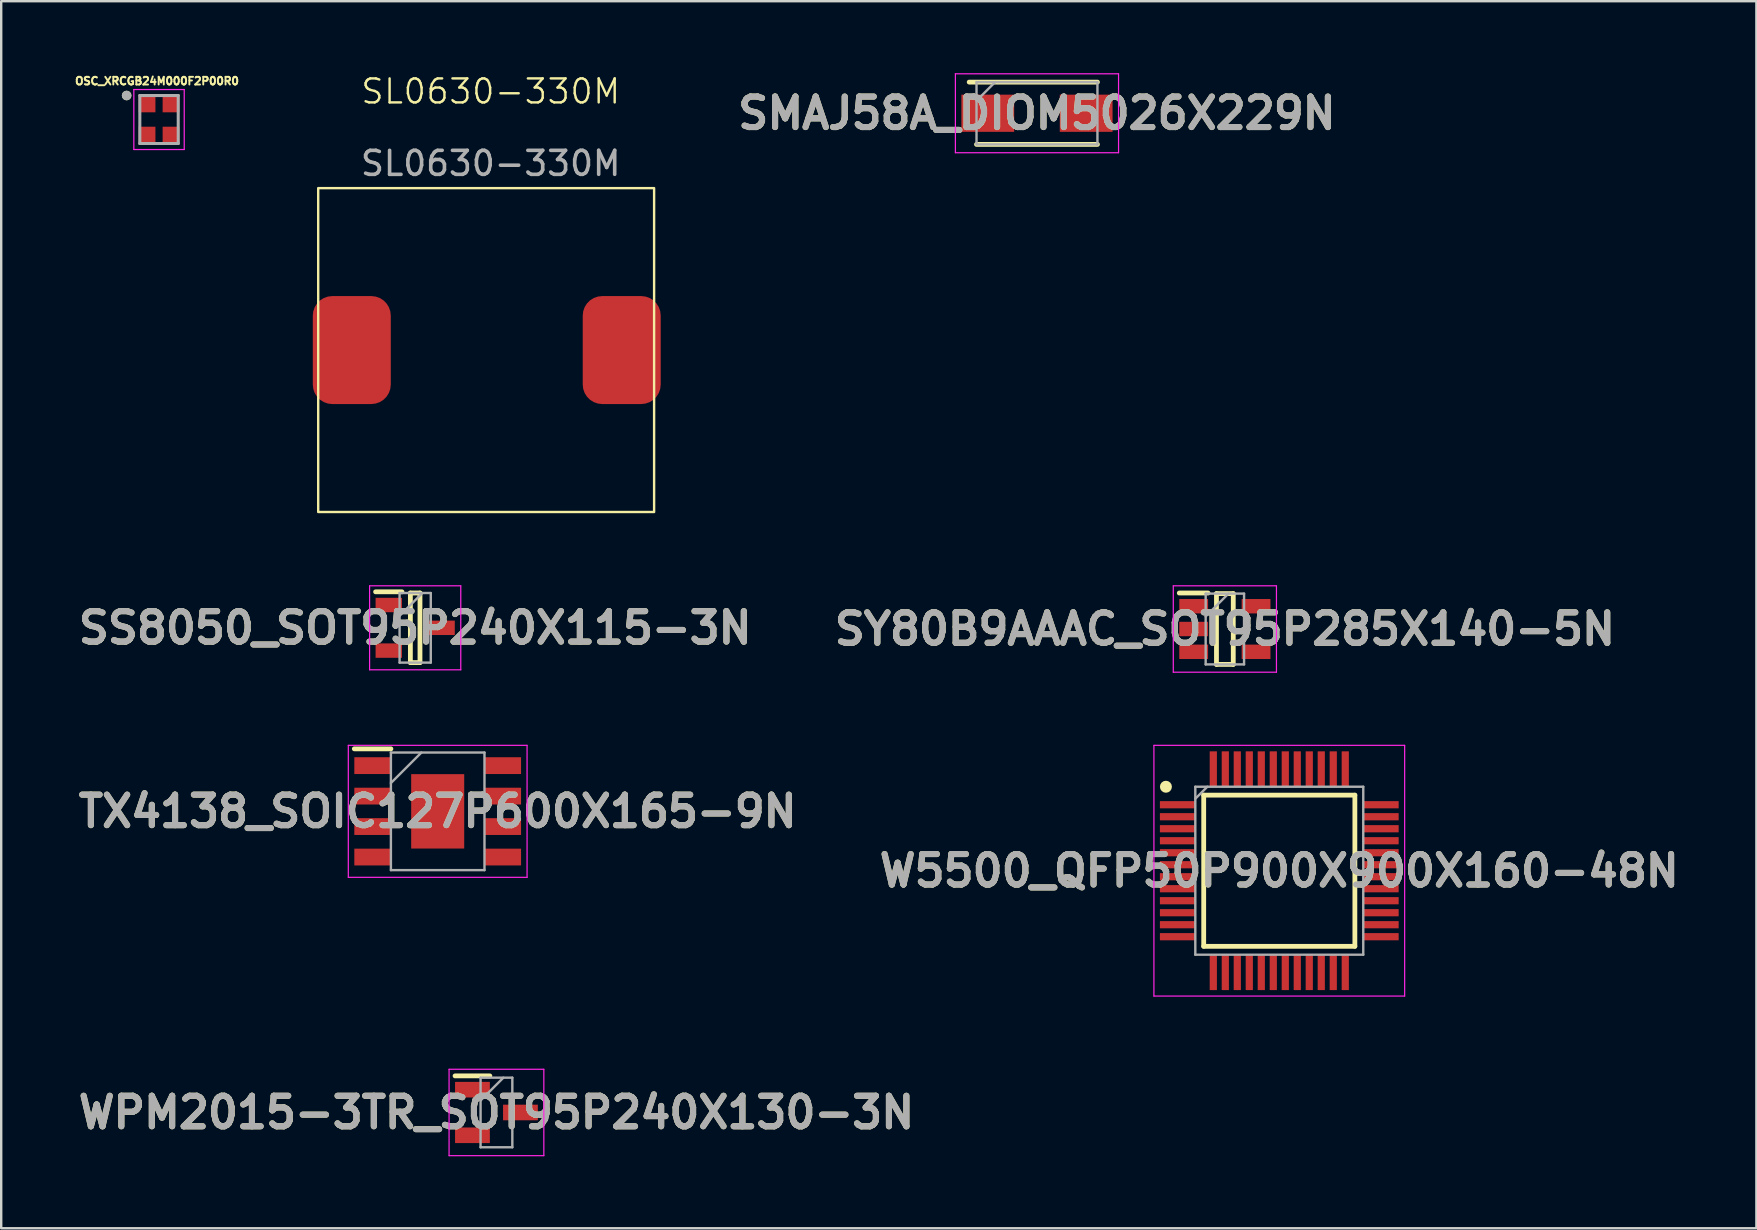
<source format=kicad_pcb>
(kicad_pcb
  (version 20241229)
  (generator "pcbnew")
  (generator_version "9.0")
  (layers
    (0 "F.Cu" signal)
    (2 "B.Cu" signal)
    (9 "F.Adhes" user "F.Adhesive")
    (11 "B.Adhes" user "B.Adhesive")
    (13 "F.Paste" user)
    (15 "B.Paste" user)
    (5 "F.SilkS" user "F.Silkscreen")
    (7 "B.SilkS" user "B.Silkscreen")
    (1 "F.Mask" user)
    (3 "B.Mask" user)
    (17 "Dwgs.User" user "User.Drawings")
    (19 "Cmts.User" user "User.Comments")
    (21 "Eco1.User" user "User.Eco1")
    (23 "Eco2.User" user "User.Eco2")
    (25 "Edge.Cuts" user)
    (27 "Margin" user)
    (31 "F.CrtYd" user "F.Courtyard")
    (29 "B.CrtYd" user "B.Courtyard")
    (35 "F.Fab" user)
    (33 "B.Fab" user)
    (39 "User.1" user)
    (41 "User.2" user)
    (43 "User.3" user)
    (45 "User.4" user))
  (footprint "W5500_QFP50P900X900X160-48N"
    (layer "F.Cu")
    (at 50.268 33.24)
    (property "Reference" "W5500_QFP50P900X900X160-48N" (at 0 0 0) (layer "F.SilkS") (effects (font (size 1.27 1.27) (thickness 0.254))))
    (attr smd)
    (fp_line (start -3.15 -3.15) (end 3.15 -3.15) (stroke (width 0.2) (type solid)) (layer "F.SilkS"))
    (fp_line (start -3.15 3.15) (end -3.15 -3.15) (stroke (width 0.2) (type solid)) (layer "F.SilkS"))
    (fp_line (start 3.15 -3.15) (end 3.15 3.15) (stroke (width 0.2) (type solid)) (layer "F.SilkS"))
    (fp_line (start 3.15 3.15) (end -3.15 3.15) (stroke (width 0.2) (type solid)) (layer "F.SilkS"))
    (fp_circle (center -4.725 -3.5) (end -4.725 -3.375) (stroke (width 0.25) (type solid)) (fill no) (layer "F.SilkS"))
    (fp_line (start -5.225 -5.225) (end 5.225 -5.225) (stroke (width 0.05) (type solid)) (layer "F.CrtYd"))
    (fp_line (start -5.225 5.225) (end -5.225 -5.225) (stroke (width 0.05) (type solid)) (layer "F.CrtYd"))
    (fp_line (start 5.225 -5.225) (end 5.225 5.225) (stroke (width 0.05) (type solid)) (layer "F.CrtYd"))
    (fp_line (start 5.225 5.225) (end -5.225 5.225) (stroke (width 0.05) (type solid)) (layer "F.CrtYd"))
    (fp_line (start -3.5 -3.5) (end 3.5 -3.5) (stroke (width 0.1) (type solid)) (layer "F.Fab"))
    (fp_line (start -3.5 -3) (end -3 -3.5) (stroke (width 0.1) (type solid)) (layer "F.Fab"))
    (fp_line (start -3.5 3.5) (end -3.5 -3.5) (stroke (width 0.1) (type solid)) (layer "F.Fab"))
    (fp_line (start 3.5 -3.5) (end 3.5 3.5) (stroke (width 0.1) (type solid)) (layer "F.Fab"))
    (fp_line (start 3.5 3.5) (end -3.5 3.5) (stroke (width 0.1) (type solid)) (layer "F.Fab"))
    (fp_text user "${REFERENCE}" (at 0 0 0) (layer "F.Fab") (effects (font (size 1.27 1.27) (thickness 0.254))))
    (pad "1" smd rect (at -4.238 -2.75 90) (size 0.3 1.475) (layers "F.Cu" "F.Mask" "F.Paste"))
    (pad "2" smd rect (at -4.238 -2.25 90) (size 0.3 1.475) (layers "F.Cu" "F.Mask" "F.Paste"))
    (pad "3" smd rect (at -4.238 -1.75 90) (size 0.3 1.475) (layers "F.Cu" "F.Mask" "F.Paste"))
    (pad "4" smd rect (at -4.238 -1.25 90) (size 0.3 1.475) (layers "F.Cu" "F.Mask" "F.Paste"))
    (pad "5" smd rect (at -4.238 -0.75 90) (size 0.3 1.475) (layers "F.Cu" "F.Mask" "F.Paste"))
    (pad "6" smd rect (at -4.238 -0.25 90) (size 0.3 1.475) (layers "F.Cu" "F.Mask" "F.Paste"))
    (pad "7" smd rect (at -4.238 0.25 90) (size 0.3 1.475) (layers "F.Cu" "F.Mask" "F.Paste"))
    (pad "8" smd rect (at -4.238 0.75 90) (size 0.3 1.475) (layers "F.Cu" "F.Mask" "F.Paste"))
    (pad "9" smd rect (at -4.238 1.25 90) (size 0.3 1.475) (layers "F.Cu" "F.Mask" "F.Paste"))
    (pad "10" smd rect (at -4.238 1.75 90) (size 0.3 1.475) (layers "F.Cu" "F.Mask" "F.Paste"))
    (pad "11" smd rect (at -4.238 2.25 90) (size 0.3 1.475) (layers "F.Cu" "F.Mask" "F.Paste"))
    (pad "12" smd rect (at -4.238 2.75 90) (size 0.3 1.475) (layers "F.Cu" "F.Mask" "F.Paste"))
    (pad "13" smd rect (at -2.75 4.238) (size 0.3 1.475) (layers "F.Cu" "F.Mask" "F.Paste"))
    (pad "14" smd rect (at -2.25 4.238) (size 0.3 1.475) (layers "F.Cu" "F.Mask" "F.Paste"))
    (pad "15" smd rect (at -1.75 4.238) (size 0.3 1.475) (layers "F.Cu" "F.Mask" "F.Paste"))
    (pad "16" smd rect (at -1.25 4.238) (size 0.3 1.475) (layers "F.Cu" "F.Mask" "F.Paste"))
    (pad "17" smd rect (at -0.75 4.238) (size 0.3 1.475) (layers "F.Cu" "F.Mask" "F.Paste"))
    (pad "18" smd rect (at -0.25 4.238) (size 0.3 1.475) (layers "F.Cu" "F.Mask" "F.Paste"))
    (pad "19" smd rect (at 0.25 4.238) (size 0.3 1.475) (layers "F.Cu" "F.Mask" "F.Paste"))
    (pad "20" smd rect (at 0.75 4.238) (size 0.3 1.475) (layers "F.Cu" "F.Mask" "F.Paste"))
    (pad "21" smd rect (at 1.25 4.238) (size 0.3 1.475) (layers "F.Cu" "F.Mask" "F.Paste"))
    (pad "22" smd rect (at 1.75 4.238) (size 0.3 1.475) (layers "F.Cu" "F.Mask" "F.Paste"))
    (pad "23" smd rect (at 2.25 4.238) (size 0.3 1.475) (layers "F.Cu" "F.Mask" "F.Paste"))
    (pad "24" smd rect (at 2.75 4.238) (size 0.3 1.475) (layers "F.Cu" "F.Mask" "F.Paste"))
    (pad "25" smd rect (at 4.238 2.75 90) (size 0.3 1.475) (layers "F.Cu" "F.Mask" "F.Paste"))
    (pad "26" smd rect (at 4.238 2.25 90) (size 0.3 1.475) (layers "F.Cu" "F.Mask" "F.Paste"))
    (pad "27" smd rect (at 4.238 1.75 90) (size 0.3 1.475) (layers "F.Cu" "F.Mask" "F.Paste"))
    (pad "28" smd rect (at 4.238 1.25 90) (size 0.3 1.475) (layers "F.Cu" "F.Mask" "F.Paste"))
    (pad "29" smd rect (at 4.238 0.75 90) (size 0.3 1.475) (layers "F.Cu" "F.Mask" "F.Paste"))
    (pad "30" smd rect (at 4.238 0.25 90) (size 0.3 1.475) (layers "F.Cu" "F.Mask" "F.Paste"))
    (pad "31" smd rect (at 4.238 -0.25 90) (size 0.3 1.475) (layers "F.Cu" "F.Mask" "F.Paste"))
    (pad "32" smd rect (at 4.238 -0.75 90) (size 0.3 1.475) (layers "F.Cu" "F.Mask" "F.Paste"))
    (pad "33" smd rect (at 4.238 -1.25 90) (size 0.3 1.475) (layers "F.Cu" "F.Mask" "F.Paste"))
    (pad "34" smd rect (at 4.238 -1.75 90) (size 0.3 1.475) (layers "F.Cu" "F.Mask" "F.Paste"))
    (pad "35" smd rect (at 4.238 -2.25 90) (size 0.3 1.475) (layers "F.Cu" "F.Mask" "F.Paste"))
    (pad "36" smd rect (at 4.238 -2.75 90) (size 0.3 1.475) (layers "F.Cu" "F.Mask" "F.Paste"))
    (pad "37" smd rect (at 2.75 -4.238) (size 0.3 1.475) (layers "F.Cu" "F.Mask" "F.Paste"))
    (pad "38" smd rect (at 2.25 -4.238) (size 0.3 1.475) (layers "F.Cu" "F.Mask" "F.Paste"))
    (pad "39" smd rect (at 1.75 -4.238) (size 0.3 1.475) (layers "F.Cu" "F.Mask" "F.Paste"))
    (pad "40" smd rect (at 1.25 -4.238) (size 0.3 1.475) (layers "F.Cu" "F.Mask" "F.Paste"))
    (pad "41" smd rect (at 0.75 -4.238) (size 0.3 1.475) (layers "F.Cu" "F.Mask" "F.Paste"))
    (pad "42" smd rect (at 0.25 -4.238) (size 0.3 1.475) (layers "F.Cu" "F.Mask" "F.Paste"))
    (pad "43" smd rect (at -0.25 -4.238) (size 0.3 1.475) (layers "F.Cu" "F.Mask" "F.Paste"))
    (pad "44" smd rect (at -0.75 -4.238) (size 0.3 1.475) (layers "F.Cu" "F.Mask" "F.Paste"))
    (pad "45" smd rect (at -1.25 -4.238) (size 0.3 1.475) (layers "F.Cu" "F.Mask" "F.Paste"))
    (pad "46" smd rect (at -1.75 -4.238) (size 0.3 1.475) (layers "F.Cu" "F.Mask" "F.Paste"))
    (pad "47" smd rect (at -2.25 -4.238) (size 0.3 1.475) (layers "F.Cu" "F.Mask" "F.Paste"))
    (pad "48" smd rect (at -2.75 -4.238) (size 0.3 1.475) (layers "F.Cu" "F.Mask" "F.Paste")))
  (footprint "TX4138_SOIC127P600X165-9N"
    (layer "F.Cu")
    (at 15.192 30.765)
    (property "Reference" "TX4138_SOIC127P600X165-9N" (at 0 0 0) (layer "F.SilkS") (effects (font (size 1.27 1.27) (thickness 0.254))))
    (attr smd)
    (fp_line (start -3.475 -2.605) (end -1.95 -2.605) (stroke (width 0.2) (type solid)) (layer "F.SilkS"))
    (fp_line (start -3.725 -2.75) (end 3.725 -2.75) (stroke (width 0.05) (type solid)) (layer "F.CrtYd"))
    (fp_line (start -3.725 2.75) (end -3.725 -2.75) (stroke (width 0.05) (type solid)) (layer "F.CrtYd"))
    (fp_line (start 3.725 -2.75) (end 3.725 2.75) (stroke (width 0.05) (type solid)) (layer "F.CrtYd"))
    (fp_line (start 3.725 2.75) (end -3.725 2.75) (stroke (width 0.05) (type solid)) (layer "F.CrtYd"))
    (fp_line (start -1.95 -2.45) (end 1.95 -2.45) (stroke (width 0.1) (type solid)) (layer "F.Fab"))
    (fp_line (start -1.95 -1.18) (end -0.68 -2.45) (stroke (width 0.1) (type solid)) (layer "F.Fab"))
    (fp_line (start -1.95 2.45) (end -1.95 -2.45) (stroke (width 0.1) (type solid)) (layer "F.Fab"))
    (fp_line (start 1.95 -2.45) (end 1.95 2.45) (stroke (width 0.1) (type solid)) (layer "F.Fab"))
    (fp_line (start 1.95 2.45) (end -1.95 2.45) (stroke (width 0.1) (type solid)) (layer "F.Fab"))
    (fp_text user "${REFERENCE}" (at 0 0 0) (layer "F.Fab") (effects (font (size 1.27 1.27) (thickness 0.254))))
    (pad "1" smd rect (at -2.712 -1.905 90) (size 0.7 1.525) (layers "F.Cu" "F.Mask" "F.Paste"))
    (pad "2" smd rect (at -2.712 -0.635 90) (size 0.7 1.525) (layers "F.Cu" "F.Mask" "F.Paste"))
    (pad "3" smd rect (at -2.712 0.635 90) (size 0.7 1.525) (layers "F.Cu" "F.Mask" "F.Paste"))
    (pad "4" smd rect (at -2.712 1.905 90) (size 0.7 1.525) (layers "F.Cu" "F.Mask" "F.Paste"))
    (pad "5" smd rect (at 2.712 1.905 90) (size 0.7 1.525) (layers "F.Cu" "F.Mask" "F.Paste"))
    (pad "6" smd rect (at 2.712 0.635 90) (size 0.7 1.525) (layers "F.Cu" "F.Mask" "F.Paste"))
    (pad "7" smd rect (at 2.712 -0.635 90) (size 0.7 1.525) (layers "F.Cu" "F.Mask" "F.Paste"))
    (pad "8" smd rect (at 2.712 -1.905 90) (size 0.7 1.525) (layers "F.Cu" "F.Mask" "F.Paste"))
    (pad "9" smd rect (at 0 0) (size 2.21 3.1) (layers "F.Cu" "F.Mask" "F.Paste")))
  (footprint "WPM2015-3TR_SOT95P240X130-3N"
    (layer "F.Cu")
    (at 17.641 43.316)
    (property "Reference" "WPM2015-3TR_SOT95P240X130-3N" (at 0 0 0) (layer "F.SilkS") (effects (font (size 1.27 1.27) (thickness 0.254))))
    (attr smd)
    (fp_line (start -1.725 -1.525) (end -0.275 -1.525) (stroke (width 0.2) (type solid)) (layer "F.SilkS"))
    (fp_line (start -1.975 -1.8) (end 1.975 -1.8) (stroke (width 0.05) (type solid)) (layer "F.CrtYd"))
    (fp_line (start -1.975 1.8) (end -1.975 -1.8) (stroke (width 0.05) (type solid)) (layer "F.CrtYd"))
    (fp_line (start 1.975 -1.8) (end 1.975 1.8) (stroke (width 0.05) (type solid)) (layer "F.CrtYd"))
    (fp_line (start 1.975 1.8) (end -1.975 1.8) (stroke (width 0.05) (type solid)) (layer "F.CrtYd"))
    (fp_line (start -0.662 -1.45) (end 0.662 -1.45) (stroke (width 0.1) (type solid)) (layer "F.Fab"))
    (fp_line (start -0.662 -0.5) (end 0.288 -1.45) (stroke (width 0.1) (type solid)) (layer "F.Fab"))
    (fp_line (start -0.662 1.45) (end -0.662 -1.45) (stroke (width 0.1) (type solid)) (layer "F.Fab"))
    (fp_line (start 0.662 -1.45) (end 0.662 1.45) (stroke (width 0.1) (type solid)) (layer "F.Fab"))
    (fp_line (start 0.662 1.45) (end -0.662 1.45) (stroke (width 0.1) (type solid)) (layer "F.Fab"))
    (fp_text user "${REFERENCE}" (at 0 0 0) (layer "F.Fab") (effects (font (size 1.27 1.27) (thickness 0.254))))
    (pad "1" smd rect (at -1 -0.95 90) (size 0.65 1.45) (layers "F.Cu" "F.Mask" "F.Paste"))
    (pad "2" smd rect (at -1 0.95 90) (size 0.65 1.45) (layers "F.Cu" "F.Mask" "F.Paste"))
    (pad "3" smd rect (at 1 0 90) (size 0.65 1.45) (layers "F.Cu" "F.Mask" "F.Paste")))
  (footprint "SS8050_SOT95P240X115-3N"
    (layer "F.Cu")
    (at 14.254 23.116)
    (property "Reference" "SS8050_SOT95P240X115-3N" (at 0 0 0) (layer "F.SilkS") (effects (font (size 1.27 1.27) (thickness 0.254))))
    (attr smd)
    (fp_line (start -1.65 -1.5) (end -0.55 -1.5) (stroke (width 0.2) (type solid)) (layer "F.SilkS"))
    (fp_line (start -0.2 -1.45) (end 0.2 -1.45) (stroke (width 0.2) (type solid)) (layer "F.SilkS"))
    (fp_line (start -0.2 1.45) (end -0.2 -1.45) (stroke (width 0.2) (type solid)) (layer "F.SilkS"))
    (fp_line (start 0.2 -1.45) (end 0.2 1.45) (stroke (width 0.2) (type solid)) (layer "F.SilkS"))
    (fp_line (start 0.2 1.45) (end -0.2 1.45) (stroke (width 0.2) (type solid)) (layer "F.SilkS"))
    (fp_line (start -1.9 -1.75) (end 1.9 -1.75) (stroke (width 0.05) (type solid)) (layer "F.CrtYd"))
    (fp_line (start -1.9 1.75) (end -1.9 -1.75) (stroke (width 0.05) (type solid)) (layer "F.CrtYd"))
    (fp_line (start 1.9 -1.75) (end 1.9 1.75) (stroke (width 0.05) (type solid)) (layer "F.CrtYd"))
    (fp_line (start 1.9 1.75) (end -1.9 1.75) (stroke (width 0.05) (type solid)) (layer "F.CrtYd"))
    (fp_line (start -0.65 -1.45) (end 0.65 -1.45) (stroke (width 0.1) (type solid)) (layer "F.Fab"))
    (fp_line (start -0.65 -0.5) (end 0.3 -1.45) (stroke (width 0.1) (type solid)) (layer "F.Fab"))
    (fp_line (start -0.65 1.45) (end -0.65 -1.45) (stroke (width 0.1) (type solid)) (layer "F.Fab"))
    (fp_line (start 0.65 -1.45) (end 0.65 1.45) (stroke (width 0.1) (type solid)) (layer "F.Fab"))
    (fp_line (start 0.65 1.45) (end -0.65 1.45) (stroke (width 0.1) (type solid)) (layer "F.Fab"))
    (fp_text user "${REFERENCE}" (at 0 0 0) (layer "F.Fab") (effects (font (size 1.27 1.27) (thickness 0.254))))
    (pad "1" smd rect (at -1.1 -0.95 90) (size 0.6 1.1) (layers "F.Cu" "F.Mask" "F.Paste"))
    (pad "2" smd rect (at -1.1 0.95 90) (size 0.6 1.1) (layers "F.Cu" "F.Mask" "F.Paste"))
    (pad "3" smd rect (at 1.1 0 90) (size 0.6 1.1) (layers "F.Cu" "F.Mask" "F.Paste")))
  (footprint "SMAJ58A_DIOM5026X229N"
    (layer "F.Cu")
    (at 40.169 1.67)
    (property "Reference" "SMAJ58A_DIOM5026X229N" (at 0 0 0) (layer "F.SilkS") (effects (font (size 1.27 1.27) (thickness 0.254))))
    (attr smd)
    (fp_line (start -2.52 1.298) (end 2.52 1.298) (stroke (width 0.2) (type solid)) (layer "F.SilkS"))
    (fp_line (start 2.52 -1.298) (end -2.825 -1.298) (stroke (width 0.2) (type solid)) (layer "F.SilkS"))
    (fp_line (start -3.4 -1.645) (end 3.4 -1.645) (stroke (width 0.05) (type solid)) (layer "F.CrtYd"))
    (fp_line (start -3.4 1.645) (end -3.4 -1.645) (stroke (width 0.05) (type solid)) (layer "F.CrtYd"))
    (fp_line (start 3.4 -1.645) (end 3.4 1.645) (stroke (width 0.05) (type solid)) (layer "F.CrtYd"))
    (fp_line (start 3.4 1.645) (end -3.4 1.645) (stroke (width 0.05) (type solid)) (layer "F.CrtYd"))
    (fp_line (start -2.52 -1.298) (end 2.52 -1.298) (stroke (width 0.1) (type solid)) (layer "F.Fab"))
    (fp_line (start -2.52 -0.522) (end -1.745 -1.298) (stroke (width 0.1) (type solid)) (layer "F.Fab"))
    (fp_line (start -2.52 1.298) (end -2.52 -1.298) (stroke (width 0.1) (type solid)) (layer "F.Fab"))
    (fp_line (start 2.52 -1.298) (end 2.52 1.298) (stroke (width 0.1) (type solid)) (layer "F.Fab"))
    (fp_line (start 2.52 1.298) (end -2.52 1.298) (stroke (width 0.1) (type solid)) (layer "F.Fab"))
    (fp_text user "${REFERENCE}" (at 0 0 0) (layer "F.Fab") (effects (font (size 1.27 1.27) (thickness 0.254))))
    (pad "1" smd rect (at -2.05 0 90) (size 1.55 2.2) (layers "F.Cu" "F.Mask" "F.Paste"))
    (pad "2" smd rect (at 2.05 0 90) (size 1.55 2.2) (layers "F.Cu" "F.Mask" "F.Paste")))
  (footprint "SL0630-330M"
    (layer "F.Cu")
    (at 17.402 1.26)
    (property "Reference" "SL0630-330M" (at 0 -0.5 0) (unlocked yes) (layer "F.SilkS") (effects (font (size 1 1) (thickness 0.1))))
    (attr smd)
    (fp_rect (start -7.19 3.53) (end 6.81 17.03) (stroke (width 0.1) (type default)) (fill no) (layer "F.SilkS"))
    (fp_text user "${REFERENCE}" (at 0 2.5 0) (unlocked yes) (layer "F.Fab") (effects (font (size 1 1) (thickness 0.15))))
    (pad "1" smd roundrect (at 5.46 10.28) (size 3.25 4.5) (layers "F.Cu" "F.Mask" "F.Paste") (roundrect_rratio 0.25))
    (pad "2" smd roundrect (at -5.79 10.28) (size 3.25 4.5) (layers "F.Cu" "F.Mask" "F.Paste") (roundrect_rratio 0.25)))
  (footprint "OSC_XRCGB24M000F2P00R0"
    (layer "F.Cu")
    (at 3.578 1.931)
    (property "Reference" "OSC_XRCGB24M000F2P00R0" (at -0.084 -1.603 0) (layer "F.SilkS") (effects (font (size 0.32 0.32) (thickness 0.15))))
    (attr smd)
    (fp_circle (center -1.35 -1) (end -1.25 -1) (stroke (width 0.2) (type solid)) (fill no) (layer "F.SilkS"))
    (fp_line (start -1.05 -1.25) (end 1.05 -1.25) (stroke (width 0.05) (type solid)) (layer "F.CrtYd"))
    (fp_line (start -1.05 1.25) (end -1.05 -1.25) (stroke (width 0.05) (type solid)) (layer "F.CrtYd"))
    (fp_line (start 1.05 -1.25) (end 1.05 1.25) (stroke (width 0.05) (type solid)) (layer "F.CrtYd"))
    (fp_line (start 1.05 1.25) (end -1.05 1.25) (stroke (width 0.05) (type solid)) (layer "F.CrtYd"))
    (fp_line (start -0.8 -1) (end 0.8 -1) (stroke (width 0.127) (type solid)) (layer "F.Fab"))
    (fp_line (start -0.8 1) (end -0.8 -1) (stroke (width 0.127) (type solid)) (layer "F.Fab"))
    (fp_line (start 0.8 -1) (end 0.8 1) (stroke (width 0.127) (type solid)) (layer "F.Fab"))
    (fp_line (start 0.8 1) (end -0.8 1) (stroke (width 0.127) (type solid)) (layer "F.Fab"))
    (fp_circle (center -1.35 -1) (end -1.25 -1) (stroke (width 0.2) (type solid)) (fill no) (layer "F.Fab"))
    (pad "1" smd rect (at -0.5 -0.675) (size 0.7 0.75) (layers "F.Cu" "F.Mask" "F.Paste"))
    (pad "2" smd rect (at -0.5 0.675) (size 0.7 0.75) (layers "F.Cu" "F.Mask" "F.Paste"))
    (pad "3" smd rect (at 0.5 0.675) (size 0.7 0.75) (layers "F.Cu" "F.Mask" "F.Paste"))
    (pad "4" smd rect (at 0.5 -0.675) (size 0.7 0.75) (layers "F.Cu" "F.Mask" "F.Paste")))
  (footprint "SY80B9AAAC_SOT95P285X140-5N"
    (layer "F.Cu")
    (at 48 23.166)
    (property "Reference" "SY80B9AAAC_SOT95P285X140-5N" (at 0 0 0) (layer "F.SilkS") (effects (font (size 1.27 1.27) (thickness 0.254))))
    (attr smd)
    (fp_line (start -1.9 -1.5) (end -0.7 -1.5) (stroke (width 0.2) (type solid)) (layer "F.SilkS"))
    (fp_line (start -0.35 -1.475) (end 0.35 -1.475) (stroke (width 0.2) (type solid)) (layer "F.SilkS"))
    (fp_line (start -0.35 1.475) (end -0.35 -1.475) (stroke (width 0.2) (type solid)) (layer "F.SilkS"))
    (fp_line (start 0.35 -1.475) (end 0.35 1.475) (stroke (width 0.2) (type solid)) (layer "F.SilkS"))
    (fp_line (start 0.35 1.475) (end -0.35 1.475) (stroke (width 0.2) (type solid)) (layer "F.SilkS"))
    (fp_line (start -2.15 -1.8) (end 2.15 -1.8) (stroke (width 0.05) (type solid)) (layer "F.CrtYd"))
    (fp_line (start -2.15 1.8) (end -2.15 -1.8) (stroke (width 0.05) (type solid)) (layer "F.CrtYd"))
    (fp_line (start 2.15 -1.8) (end 2.15 1.8) (stroke (width 0.05) (type solid)) (layer "F.CrtYd"))
    (fp_line (start 2.15 1.8) (end -2.15 1.8) (stroke (width 0.05) (type solid)) (layer "F.CrtYd"))
    (fp_line (start -0.8 -1.475) (end 0.8 -1.475) (stroke (width 0.1) (type solid)) (layer "F.Fab"))
    (fp_line (start -0.8 -0.525) (end 0.15 -1.475) (stroke (width 0.1) (type solid)) (layer "F.Fab"))
    (fp_line (start -0.8 1.475) (end -0.8 -1.475) (stroke (width 0.1) (type solid)) (layer "F.Fab"))
    (fp_line (start 0.8 -1.475) (end 0.8 1.475) (stroke (width 0.1) (type solid)) (layer "F.Fab"))
    (fp_line (start 0.8 1.475) (end -0.8 1.475) (stroke (width 0.1) (type solid)) (layer "F.Fab"))
    (fp_text user "${REFERENCE}" (at 0 0 0) (layer "F.Fab") (effects (font (size 1.27 1.27) (thickness 0.254))))
    (pad "1" smd rect (at -1.3 -0.95 90) (size 0.6 1.2) (layers "F.Cu" "F.Mask" "F.Paste"))
    (pad "2" smd rect (at -1.3 0 90) (size 0.6 1.2) (layers "F.Cu" "F.Mask" "F.Paste"))
    (pad "3" smd rect (at -1.3 0.95 90) (size 0.6 1.2) (layers "F.Cu" "F.Mask" "F.Paste"))
    (pad "4" smd rect (at 1.3 0.95 90) (size 0.6 1.2) (layers "F.Cu" "F.Mask" "F.Paste"))
    (pad "5" smd rect (at 1.3 -0.95 90) (size 0.6 1.2) (layers "F.Cu" "F.Mask" "F.Paste")))
  (gr_rect
    (start -3 -3)
    (end 70.153 48.141)
    (stroke (width 0.1) (type default))
    (fill no)
    (layer "Edge.Cuts")))
</source>
